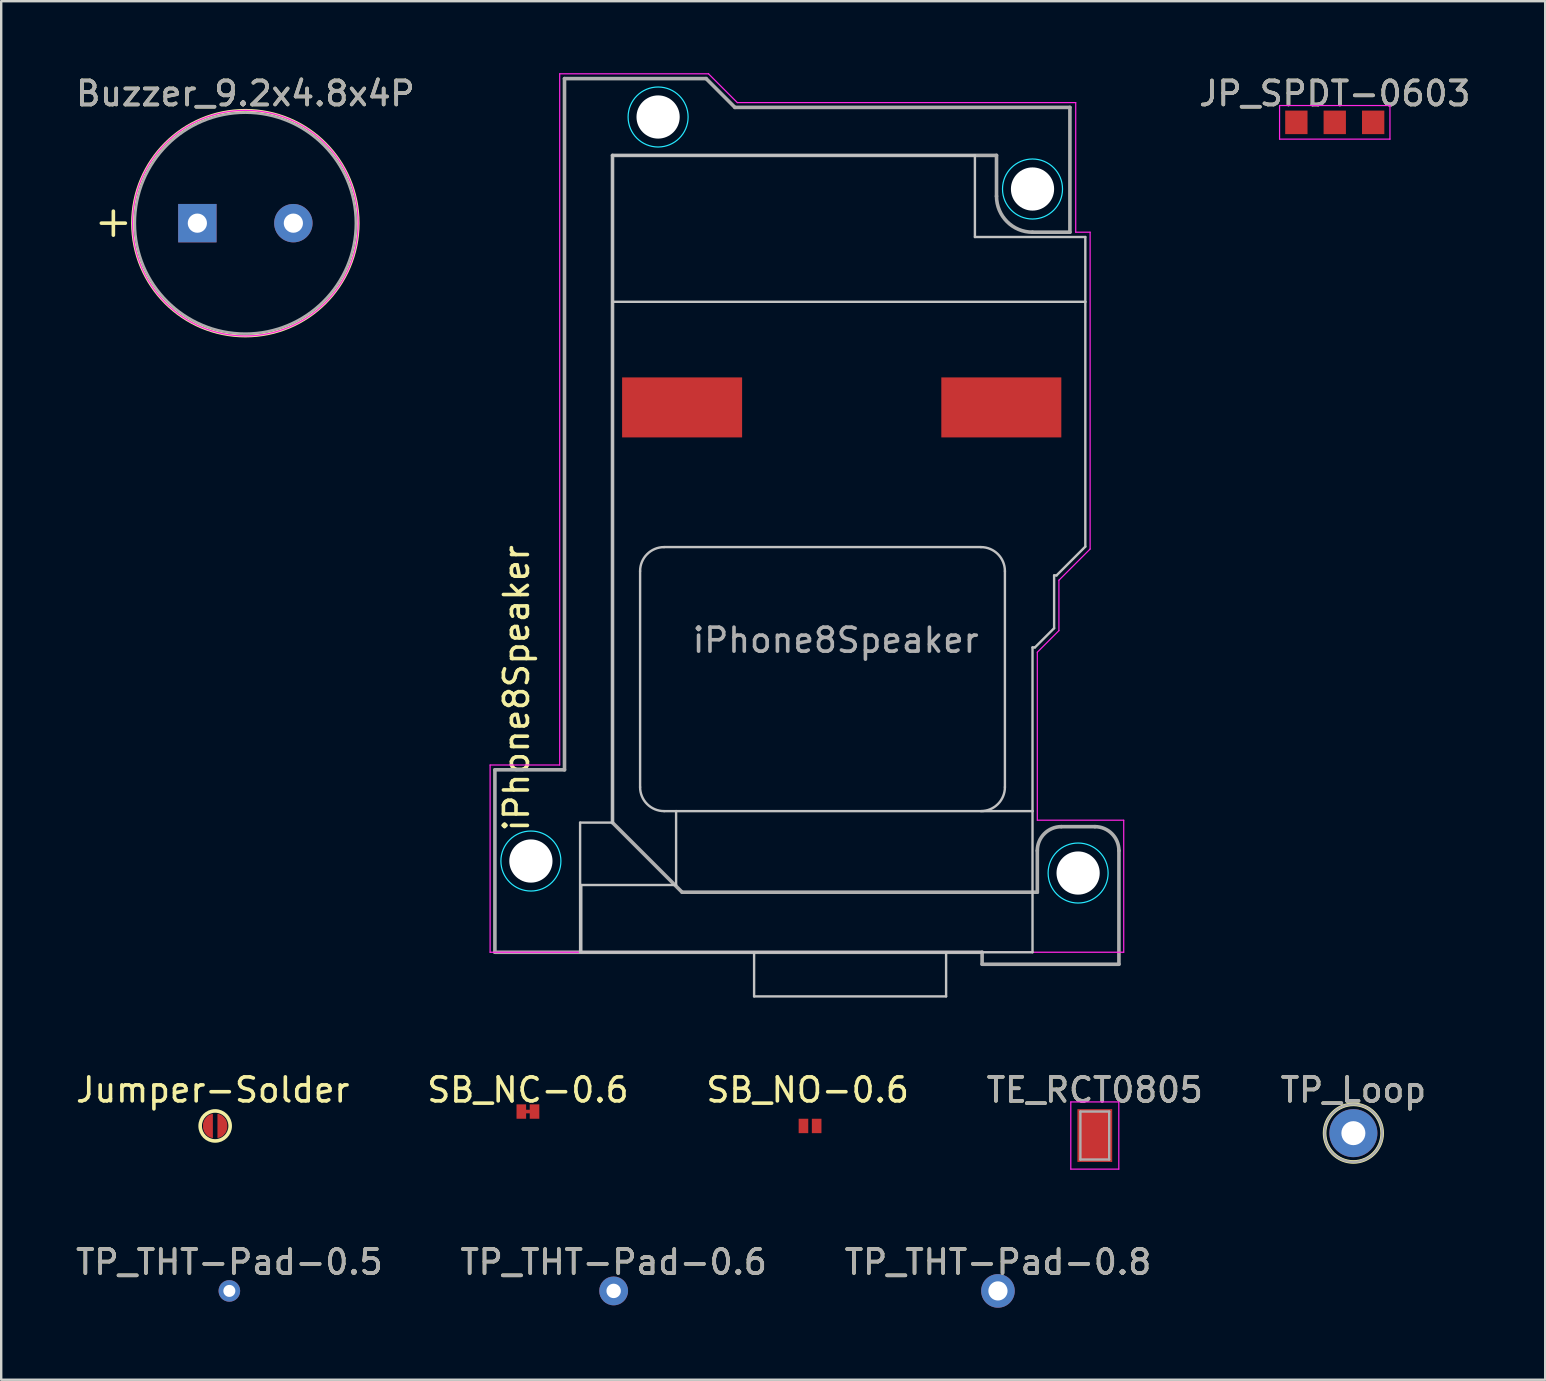
<source format=kicad_pcb>
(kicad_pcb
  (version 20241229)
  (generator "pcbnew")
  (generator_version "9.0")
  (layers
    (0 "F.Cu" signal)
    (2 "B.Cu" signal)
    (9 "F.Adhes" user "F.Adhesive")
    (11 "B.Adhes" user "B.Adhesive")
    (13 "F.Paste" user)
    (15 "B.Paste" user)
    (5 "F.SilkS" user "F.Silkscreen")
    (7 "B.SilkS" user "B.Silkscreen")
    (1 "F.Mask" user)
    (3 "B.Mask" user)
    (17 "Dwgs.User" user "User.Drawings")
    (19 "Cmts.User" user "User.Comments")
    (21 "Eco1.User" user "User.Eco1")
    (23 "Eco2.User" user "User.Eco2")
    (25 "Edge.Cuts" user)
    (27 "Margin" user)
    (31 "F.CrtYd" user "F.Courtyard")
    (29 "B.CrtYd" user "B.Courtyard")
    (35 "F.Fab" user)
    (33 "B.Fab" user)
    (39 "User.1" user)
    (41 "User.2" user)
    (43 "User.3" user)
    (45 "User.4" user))
  (footprint "SB_NO-0.6"
    (layer "F.Cu")
    (at 30.701 43.863)
    (property "Reference" "SB_NO-0.6" (at -0.1 -1.5 0) (layer "F.SilkS") (effects (font (size 1 1) (thickness 0.15))))
    (attr exclude_from_pos_files exclude_from_bom)
    (fp_rect (start -0.475 -0.3) (end 0.475 0.3) (stroke (width 0.1) (type solid)) (fill yes) (layer "F.Mask"))
    (pad "1" smd rect (at -0.275 0) (size 0.4 0.6) (layers "F.Cu"))
    (pad "2" smd rect (at 0.275 0) (size 0.4 0.6) (layers "F.Cu")))
  (footprint "TP_Loop"
    (layer "F.Cu")
    (at 53.339 44.163)
    (property "Reference" "TP_Loop" (at 0 -1.8 0) (layer "F.SilkS") (effects (font (size 1 1) (thickness 0.15))))
    (attr through_hole)
    (fp_circle (center 0 0) (end 0 -1.2) (stroke (width 0.15) (type solid)) (fill no) (layer "F.SilkS"))
    (fp_circle (center 0 0) (end 1.2 0) (stroke (width 0.1) (type solid)) (fill no) (layer "F.Fab"))
    (fp_text user "${REFERENCE}" (at 0 -1.8 0) (layer "F.Fab") (effects (font (size 1 1) (thickness 0.15))))
    (pad "1" thru_hole circle (at 0 0) (size 2 2) (drill 1) (layers "*.Cu" "*.Mask")))
  (footprint "TP_THT-Pad-0.8"
    (layer "F.Cu")
    (at 38.53 50.736)
    (property "Reference" "TP_THT-Pad-0.8" (at 0 -1.2 0) (layer "F.SilkS") (effects (font (size 1 1) (thickness 0.15))))
    (attr exclude_from_pos_files exclude_from_bom)
    (fp_text user "${REFERENCE}" (at 0 -1.2 0) (layer "F.Fab") (effects (font (size 1 1) (thickness 0.15))))
    (pad "1" thru_hole circle (at 0 0) (size 1.4 1.4) (drill 0.8) (layers "*.Cu" "*.Mask")))
  (footprint "TP_THT-Pad-0.5"
    (layer "F.Cu")
    (at 6.506 50.736)
    (property "Reference" "TP_THT-Pad-0.5" (at 0 -1.2 0) (layer "F.SilkS") (effects (font (size 1 1) (thickness 0.15))))
    (attr exclude_from_pos_files exclude_from_bom)
    (fp_text user "${REFERENCE}" (at 0 -1.2 0) (layer "F.Fab") (effects (font (size 1 1) (thickness 0.15))))
    (pad "1" thru_hole circle (at 0 0) (size 0.9 0.9) (drill 0.5) (layers "*.Cu" "*.Mask")))
  (footprint "Jumper-Solder"
    (layer "F.Cu")
    (at 5.915 43.863)
    (property "Reference" "Jumper-Solder" (at -0.1 -1.5 0) (layer "F.SilkS") (effects (font (size 1 1) (thickness 0.15))))
    (attr exclude_from_pos_files exclude_from_bom)
    (fp_circle (center 0 0) (end 0.25 0) (stroke (width 0.5) (type solid)) (fill no) (layer "F.Mask"))
    (fp_circle (center 0 0) (end 0 -0.625) (stroke (width 0.15) (type solid)) (fill no) (layer "F.SilkS"))
    (pad "1" smd custom (at -0.3 0) (size 0.3 0.4) (layers "F.Cu" "F.Mask") (options (anchor rect)) (primitives (gr_poly (pts (xy 0.2 0.5) (xy 0.1 0.475) (xy 0 0.425) (xy -0.075 0.35) (xy -0.15 0.25) (xy -0.2 0.1) (xy -0.2 -0.1) (xy -0.15 -0.25) (xy -0.075 -0.35) (xy 0 -0.425) (xy 0.1 -0.475) (xy 0.2 -0.5)) (width 0.01) (fill yes))))
    (pad "2" smd custom (at 0.3 0) (size 0.3 0.4) (layers "F.Cu" "F.Mask") (options (anchor rect)) (primitives (gr_poly (pts (xy -0.2 -0.5) (xy -0.1 -0.475) (xy 0 -0.425) (xy 0.075 -0.35) (xy 0.15 -0.25) (xy 0.2 -0.1) (xy 0.2 0.1) (xy 0.15 0.25) (xy 0.075 0.35) (xy 0 0.425) (xy -0.1 0.475) (xy -0.2 0.5)) (width 0.01) (fill yes)))))
  (footprint "TE_RCT0805"
    (layer "F.Cu")
    (at 42.565 44.263)
    (property "Reference" "TE_RCT0805" (at 0 -1.9 0) (layer "F.SilkS") (effects (font (size 1 1) (thickness 0.15))))
    (attr smd)
    (fp_line (start -1 -1.4) (end 1 -1.4) (stroke (width 0.05) (type solid)) (layer "F.CrtYd"))
    (fp_line (start -1 1.4) (end -1 -1.4) (stroke (width 0.05) (type solid)) (layer "F.CrtYd"))
    (fp_line (start 1 -1.4) (end 1 1.4) (stroke (width 0.05) (type solid)) (layer "F.CrtYd"))
    (fp_line (start 1 1.4) (end -1 1.4) (stroke (width 0.05) (type solid)) (layer "F.CrtYd"))
    (fp_line (start -0.6 -1) (end 0.6 -1) (stroke (width 0.1) (type solid)) (layer "F.Fab"))
    (fp_line (start -0.6 1) (end -0.6 -1) (stroke (width 0.1) (type solid)) (layer "F.Fab"))
    (fp_line (start 0.6 -1) (end 0.6 1) (stroke (width 0.1) (type solid)) (layer "F.Fab"))
    (fp_line (start 0.6 1) (end -0.6 1) (stroke (width 0.1) (type solid)) (layer "F.Fab"))
    (fp_text user "${REFERENCE}" (at 0 -1.9 0) (layer "F.Fab") (effects (font (size 1 1) (thickness 0.15))))
    (pad "1" smd rect (at 0 0) (size 1.45 2.2) (layers "F.Cu" "F.Mask" "F.Paste")))
  (footprint "JP_SPDT-0603"
    (layer "F.Cu")
    (at 52.563 2.048)
    (property "Reference" "JP_SPDT-0603" (at 0 -1.2 0) (layer "F.SilkS") (effects (font (size 1 1) (thickness 0.15))))
    (attr exclude_from_bom)
    (fp_line (start -2.3 -0.7) (end -2.3 0.7) (stroke (width 0.05) (type solid)) (layer "F.CrtYd"))
    (fp_line (start -2.3 0.7) (end 2.3 0.7) (stroke (width 0.05) (type solid)) (layer "F.CrtYd"))
    (fp_line (start 2.3 -0.7) (end -2.3 -0.7) (stroke (width 0.05) (type solid)) (layer "F.CrtYd"))
    (fp_line (start 2.3 0.7) (end 2.3 -0.7) (stroke (width 0.05) (type solid)) (layer "F.CrtYd"))
    (fp_text user "${REFERENCE}" (at 0 -1.2 0) (layer "F.Fab") (effects (font (size 1 1) (thickness 0.15))))
    (pad "1" smd rect (at -1.6 0) (size 0.93 0.98) (layers "F.Cu" "F.Mask"))
    (pad "2" smd rect (at 0 0) (size 0.93 0.98) (layers "F.Cu" "F.Mask"))
    (pad "3" smd rect (at 1.6 0) (size 0.93 0.98) (layers "F.Cu" "F.Mask")))
  (footprint "TP_THT-Pad-0.6"
    (layer "F.Cu")
    (at 22.518 50.736)
    (property "Reference" "TP_THT-Pad-0.6" (at 0 -1.2 0) (layer "F.SilkS") (effects (font (size 1 1) (thickness 0.15))))
    (attr exclude_from_pos_files exclude_from_bom)
    (fp_text user "${REFERENCE}" (at 0 -1.2 0) (layer "F.Fab") (effects (font (size 1 1) (thickness 0.15))))
    (pad "1" thru_hole circle (at 0 0) (size 1.2 1.2) (drill 0.6) (layers "*.Cu" "*.Mask")))
  (footprint "iPhone8Speaker"
    (layer "F.Cu")
    (at 32.37 36.625)
    (property "Reference" "iPhone8Speaker" (at -13.9 -11 90) (layer "F.SilkS") (effects (font (size 1 1) (thickness 0.15))))
    (attr exclude_from_pos_files exclude_from_bom)
    (fp_line (start -11.25 -5.4) (end -9.9 -5.4) (stroke (width 0.1) (type solid)) (layer "Dwgs.User"))
    (fp_line (start -11.25 0) (end -11.25 -5.4) (stroke (width 0.1) (type solid)) (layer "Dwgs.User"))
    (fp_line (start -11.2 -2.8) (end -11.2 0) (stroke (width 0.1) (type solid)) (layer "Dwgs.User"))
    (fp_line (start -11.2 0) (end 7.6 0) (stroke (width 0.1) (type solid)) (layer "Dwgs.User"))
    (fp_line (start -9.9 -27.1) (end 9.8 -27.1) (stroke (width 0.1) (type solid)) (layer "Dwgs.User"))
    (fp_line (start -9.9 -5.4) (end -9.9 -33.2) (stroke (width 0.1) (type solid)) (layer "Dwgs.User"))
    (fp_line (start -8.75 -15.88) (end -8.75 -6.88) (stroke (width 0.1) (type solid)) (layer "Dwgs.User"))
    (fp_line (start -7.75 -5.88) (end -7.25 -5.88) (stroke (width 0.1) (type solid)) (layer "Dwgs.User"))
    (fp_line (start -7.25 -5.88) (end -7.25 -2.8) (stroke (width 0.1) (type solid)) (layer "Dwgs.User"))
    (fp_line (start -7.25 -2.8) (end -11.2 -2.8) (stroke (width 0.1) (type solid)) (layer "Dwgs.User"))
    (fp_line (start -4 0) (end -4 1.84) (stroke (width 0.1) (type solid)) (layer "Dwgs.User"))
    (fp_line (start 4 0) (end 4 1.84) (stroke (width 0.1) (type solid)) (layer "Dwgs.User"))
    (fp_line (start 4 1.84) (end -4 1.84) (stroke (width 0.1) (type solid)) (layer "Dwgs.User"))
    (fp_line (start 5.2 -33.2) (end -9.9 -33.2) (stroke (width 0.1) (type solid)) (layer "Dwgs.User"))
    (fp_line (start 5.2 -29.8) (end 5.2 -33.2) (stroke (width 0.1) (type solid)) (layer "Dwgs.User"))
    (fp_line (start 5.45 -16.88) (end -7.75 -16.88) (stroke (width 0.1) (type solid)) (layer "Dwgs.User"))
    (fp_line (start 6.45 -6.88) (end 6.45 -15.88) (stroke (width 0.1) (type solid)) (layer "Dwgs.User"))
    (fp_line (start 7.6 -12.7) (end 7.6 -5.88) (stroke (width 0.1) (type solid)) (layer "Dwgs.User"))
    (fp_line (start 7.6 -5.88) (end -7.25 -5.88) (stroke (width 0.1) (type solid)) (layer "Dwgs.User"))
    (fp_line (start 7.6 0) (end 7.6 -5.88) (stroke (width 0.1) (type solid)) (layer "Dwgs.User"))
    (fp_line (start 7.7 -12.7) (end 7.6 -12.7) (stroke (width 0.1) (type solid)) (layer "Dwgs.User"))
    (fp_line (start 8.5 -15.7) (end 8.5 -13.5) (stroke (width 0.1) (type solid)) (layer "Dwgs.User"))
    (fp_line (start 8.5 -13.5) (end 7.7 -12.7) (stroke (width 0.1) (type solid)) (layer "Dwgs.User"))
    (fp_line (start 8.6 -15.7) (end 8.5 -15.7) (stroke (width 0.1) (type solid)) (layer "Dwgs.User"))
    (fp_line (start 9.8 -29.8) (end 5.2 -29.8) (stroke (width 0.1) (type solid)) (layer "Dwgs.User"))
    (fp_line (start 9.8 -27.1) (end 9.8 -29.8) (stroke (width 0.1) (type solid)) (layer "Dwgs.User"))
    (fp_line (start 9.8 -27.1) (end 9.8 -16.9) (stroke (width 0.1) (type solid)) (layer "Dwgs.User"))
    (fp_line (start 9.8 -16.9) (end 8.6 -15.7) (stroke (width 0.1) (type solid)) (layer "Dwgs.User"))
    (fp_arc (start -8.75 -15.88) (mid -8.457107 -16.587107) (end -7.75 -16.88) (stroke (width 0.1) (type solid)) (layer "Dwgs.User"))
    (fp_arc (start -7.75 -5.88) (mid -8.457107 -6.172893) (end -8.75 -6.88) (stroke (width 0.1) (type solid)) (layer "Dwgs.User"))
    (fp_arc (start 5.45 -16.88) (mid 6.157107 -16.587107) (end 6.45 -15.88) (stroke (width 0.1) (type solid)) (layer "Dwgs.User"))
    (fp_arc (start 6.45 -6.88) (mid 6.157107 -6.172893) (end 5.45 -5.88) (stroke (width 0.1) (type solid)) (layer "Dwgs.User"))
    (fp_circle (center -13.3 -3.8) (end -12.05 -3.8) (stroke (width 0.05) (type solid)) (fill no) (layer "B.CrtYd"))
    (fp_circle (center -8 -34.8) (end -6.75 -34.8) (stroke (width 0.05) (type solid)) (fill no) (layer "B.CrtYd"))
    (fp_circle (center 7.6 -31.8) (end 8.85 -31.8) (stroke (width 0.05) (type solid)) (fill no) (layer "B.CrtYd"))
    (fp_circle (center 9.5 -3.3) (end 10.75 -3.3) (stroke (width 0.05) (type solid)) (fill no) (layer "B.CrtYd"))
    (fp_line (start -15 -7.8) (end -12.1 -7.8) (stroke (width 0.05) (type solid)) (layer "F.CrtYd"))
    (fp_line (start -15 0) (end -15 -7.8) (stroke (width 0.05) (type solid)) (layer "F.CrtYd"))
    (fp_line (start -12.1 -36.6) (end -5.9 -36.6) (stroke (width 0.05) (type solid)) (layer "F.CrtYd"))
    (fp_line (start -12.1 -7.8) (end -12.1 -36.6) (stroke (width 0.05) (type solid)) (layer "F.CrtYd"))
    (fp_line (start -5.9 -36.6) (end -4.7 -35.4) (stroke (width 0.05) (type solid)) (layer "F.CrtYd"))
    (fp_line (start -4.7 -35.4) (end 9.4 -35.4) (stroke (width 0.05) (type solid)) (layer "F.CrtYd"))
    (fp_line (start 7.8 -12.5) (end 7.8 -5.5) (stroke (width 0.05) (type solid)) (layer "F.CrtYd"))
    (fp_line (start 7.8 -5.5) (end 11.4 -5.5) (stroke (width 0.05) (type solid)) (layer "F.CrtYd"))
    (fp_line (start 8.7 -15.5) (end 8.7 -13.4) (stroke (width 0.05) (type solid)) (layer "F.CrtYd"))
    (fp_line (start 8.7 -13.4) (end 7.8 -12.5) (stroke (width 0.05) (type solid)) (layer "F.CrtYd"))
    (fp_line (start 9.4 -35.4) (end 9.4 -30) (stroke (width 0.05) (type solid)) (layer "F.CrtYd"))
    (fp_line (start 9.4 -30) (end 10 -30) (stroke (width 0.05) (type solid)) (layer "F.CrtYd"))
    (fp_line (start 10 -30) (end 10 -16.8) (stroke (width 0.05) (type solid)) (layer "F.CrtYd"))
    (fp_line (start 10 -16.8) (end 8.7 -15.5) (stroke (width 0.05) (type solid)) (layer "F.CrtYd"))
    (fp_line (start 11.4 -5.5) (end 11.4 0) (stroke (width 0.05) (type solid)) (layer "F.CrtYd"))
    (fp_line (start 11.4 0) (end -15 0) (stroke (width 0.05) (type solid)) (layer "F.CrtYd"))
    (fp_line (start -14.8 -7.6) (end -14.8 0) (stroke (width 0.15) (type solid)) (layer "F.Fab"))
    (fp_line (start -14.8 0) (end 5.5 0) (stroke (width 0.15) (type solid)) (layer "F.Fab"))
    (fp_line (start -11.9 -36.4) (end -11.9 -7.6) (stroke (width 0.15) (type solid)) (layer "F.Fab"))
    (fp_line (start -11.9 -7.6) (end -14.8 -7.6) (stroke (width 0.15) (type solid)) (layer "F.Fab"))
    (fp_line (start -11.2 0) (end -11.25 0) (stroke (width 0.1) (type solid)) (layer "F.Fab"))
    (fp_line (start -9.9 -33.2) (end 6.1 -33.2) (stroke (width 0.15) (type solid)) (layer "F.Fab"))
    (fp_line (start -9.9 -5.4) (end -9.9 -33.2) (stroke (width 0.15) (type solid)) (layer "F.Fab"))
    (fp_line (start -7 -2.5) (end -9.9 -5.4) (stroke (width 0.15) (type solid)) (layer "F.Fab"))
    (fp_line (start -6 -36.4) (end -11.9 -36.4) (stroke (width 0.15) (type solid)) (layer "F.Fab"))
    (fp_line (start -6 -36.4) (end -4.8 -35.2) (stroke (width 0.15) (type solid)) (layer "F.Fab"))
    (fp_line (start -4.8 -35.2) (end 9.158 -35.2) (stroke (width 0.15) (type solid)) (layer "F.Fab"))
    (fp_line (start 5.5 0) (end 5.5 0.5) (stroke (width 0.15) (type solid)) (layer "F.Fab"))
    (fp_line (start 5.5 0.5) (end 11.2 0.5) (stroke (width 0.15) (type solid)) (layer "F.Fab"))
    (fp_line (start 6.1 -33.2) (end 6.1 -31.5) (stroke (width 0.15) (type solid)) (layer "F.Fab"))
    (fp_line (start 7.6 -30) (end 9.158 -30) (stroke (width 0.15) (type solid)) (layer "F.Fab"))
    (fp_line (start 7.8 -4.232) (end 7.8 -2.5) (stroke (width 0.15) (type solid)) (layer "F.Fab"))
    (fp_line (start 7.8 -2.5) (end -7 -2.5) (stroke (width 0.15) (type solid)) (layer "F.Fab"))
    (fp_line (start 9.158 -30) (end 9.158 -35.2) (stroke (width 0.15) (type solid)) (layer "F.Fab"))
    (fp_line (start 10.2 -5.232) (end 8.8 -5.232) (stroke (width 0.15) (type solid)) (layer "F.Fab"))
    (fp_line (start 11.2 0.5) (end 11.2 -4.232) (stroke (width 0.15) (type solid)) (layer "F.Fab"))
    (fp_arc (start 7.6 -30) (mid 6.53934 -30.43934) (end 6.1 -31.5) (stroke (width 0.15) (type solid)) (layer "F.Fab"))
    (fp_arc (start 7.8 -4.232) (mid 8.092893 -4.939107) (end 8.8 -5.232) (stroke (width 0.15) (type solid)) (layer "F.Fab"))
    (fp_arc (start 10.2 -5.232) (mid 10.907107 -4.939107) (end 11.2 -4.232) (stroke (width 0.15) (type solid)) (layer "F.Fab"))
    (fp_text user "${REFERENCE}" (at -0.6 -13 0) (layer "F.Fab") (effects (font (size 1 1) (thickness 0.15))))
    (pad "" np_thru_hole circle (at -13.3 -3.8) (size 1.8 1.8) (drill 1.8) (layers "*.Cu" "*.Mask"))
    (pad "" np_thru_hole circle (at -8 -34.8) (size 1.8 1.8) (drill 1.8) (layers "*.Cu" "*.Mask"))
    (pad "" np_thru_hole circle (at 7.6 -31.8) (size 1.8 1.8) (drill 1.8) (layers "*.Cu" "*.Mask"))
    (pad "" np_thru_hole circle (at 9.5 -3.3) (size 1.8 1.8) (drill 1.8) (layers "*.Cu" "*.Mask"))
    (pad "1" smd rect (at 6.3 -22.7) (size 5 2.5) (layers "F.Cu" "F.Mask"))
    (pad "2" smd rect (at -7 -22.7) (size 5 2.5) (layers "F.Cu" "F.Mask")))
  (footprint "SB_NC-0.6"
    (layer "F.Cu")
    (at 18.946 43.263)
    (property "Reference" "SB_NC-0.6" (at 0 -0.9 0) (layer "F.SilkS") (effects (font (size 1 1) (thickness 0.15))))
    (attr exclude_from_pos_files exclude_from_bom)
    (fp_poly (pts (xy -0.1 -0.075) (xy 0.1 -0.075) (xy 0.1 0.075) (xy -0.1 0.075)) (stroke (width 0) (type solid)) (fill yes) (layer "F.Cu"))
    (fp_rect (start -0.475 -0.3) (end 0.475 0.3) (stroke (width 0.1) (type solid)) (fill yes) (layer "F.Mask"))
    (pad "1" smd rect (at -0.275 0) (size 0.4 0.6) (layers "F.Cu" "F.Mask"))
    (pad "2" smd rect (at 0.275 0) (size 0.4 0.6) (layers "F.Cu" "F.Mask")))
  (footprint "Buzzer_9.2x4.8x4P"
    (layer "F.Cu")
    (at 5.173 6.248)
    (property "Reference" "Buzzer_9.2x4.8x4P" (at 2 -5.4 0) (layer "F.SilkS") (effects (font (size 1 1) (thickness 0.15))))
    (attr through_hole)
    (fp_line (start -3.5 -0.5) (end -3.5 0.5) (stroke (width 0.15) (type solid)) (layer "F.SilkS"))
    (fp_line (start -3 0) (end -4 0) (stroke (width 0.15) (type solid)) (layer "F.SilkS"))
    (fp_circle (center 2 0) (end 6.7 0) (stroke (width 0.12) (type solid)) (fill no) (layer "F.SilkS"))
    (fp_circle (center 2 0) (end 6.7 0) (stroke (width 0.05) (type solid)) (fill no) (layer "F.CrtYd"))
    (fp_circle (center 2 0) (end 6.6 0) (stroke (width 0.1) (type solid)) (fill no) (layer "F.Fab"))
    (fp_text user "${REFERENCE}" (at 2 -5.4 0) (layer "F.Fab") (effects (font (size 1 1) (thickness 0.15))))
    (pad "1" thru_hole rect (at 0 0) (size 1.6 1.6) (drill 0.8) (layers "*.Cu" "*.Mask"))
    (pad "2" thru_hole circle (at 4 0) (size 1.6 1.6) (drill 0.8) (layers "*.Cu" "*.Mask")))
  (gr_rect
    (start -3 -3)
    (end 61.331 54.437)
    (stroke (width 0.1) (type default))
    (fill no)
    (layer "Edge.Cuts")))
</source>
